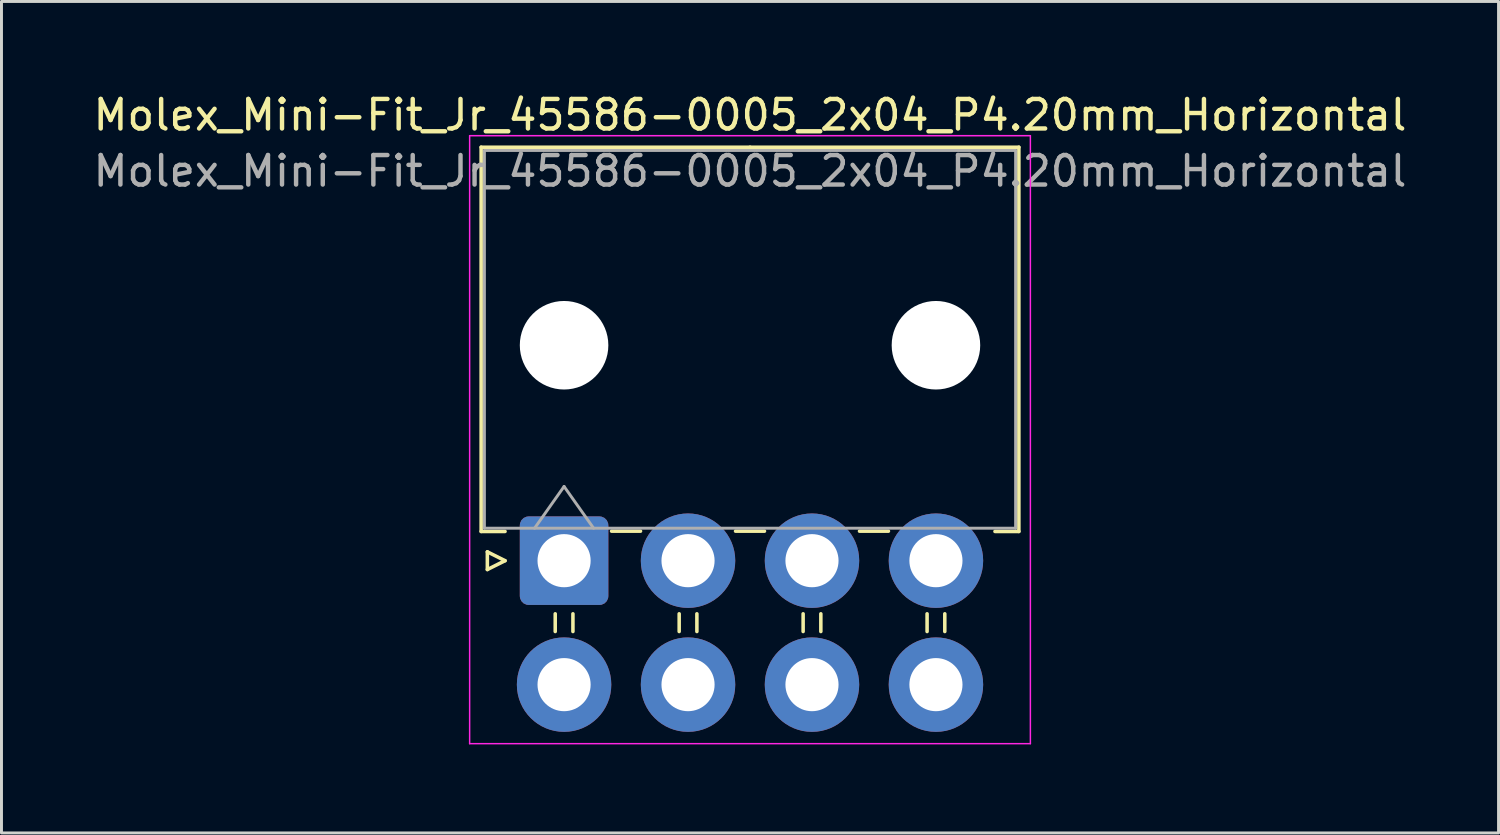
<source format=kicad_pcb>
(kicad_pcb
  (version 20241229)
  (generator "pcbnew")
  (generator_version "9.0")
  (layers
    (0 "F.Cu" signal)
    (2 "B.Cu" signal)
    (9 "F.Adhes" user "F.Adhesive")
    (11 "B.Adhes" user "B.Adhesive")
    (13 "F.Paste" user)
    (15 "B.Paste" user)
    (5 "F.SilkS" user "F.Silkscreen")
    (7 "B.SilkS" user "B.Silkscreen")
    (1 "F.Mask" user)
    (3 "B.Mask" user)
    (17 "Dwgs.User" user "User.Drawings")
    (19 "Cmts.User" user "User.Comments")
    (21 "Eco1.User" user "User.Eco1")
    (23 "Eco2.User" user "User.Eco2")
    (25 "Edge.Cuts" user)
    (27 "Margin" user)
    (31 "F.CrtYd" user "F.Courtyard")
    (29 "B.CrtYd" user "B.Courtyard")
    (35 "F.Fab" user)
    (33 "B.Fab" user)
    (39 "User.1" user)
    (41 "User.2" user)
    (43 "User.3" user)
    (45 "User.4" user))
  (footprint "Molex_Mini-Fit_Jr_45586-0005_2x04_P4.20mm_Horizontal"
    (layer "F.Cu")
    (at 16.063 15.948)
    (property "Reference" "Molex_Mini-Fit_Jr_45586-0005_2x04_P4.20mm_Horizontal" (at 6.3 -15.1 0) (layer "F.SilkS") (effects (font (size 1 1) (thickness 0.15))))
    (attr through_hole)
    (fp_line (start -2.81 -14.01) (end 6.3 -14.01) (stroke (width 0.12) (type solid)) (layer "F.SilkS"))
    (fp_line (start -2.81 -0.99) (end -2.81 -14.01) (stroke (width 0.12) (type solid)) (layer "F.SilkS"))
    (fp_line (start -2.6 -0.3) (end -2 0) (stroke (width 0.12) (type solid)) (layer "F.SilkS"))
    (fp_line (start -2.6 0.3) (end -2.6 -0.3) (stroke (width 0.12) (type solid)) (layer "F.SilkS"))
    (fp_line (start -2 -0.99) (end -2.81 -0.99) (stroke (width 0.12) (type solid)) (layer "F.SilkS"))
    (fp_line (start -2 0) (end -2.6 0.3) (stroke (width 0.12) (type solid)) (layer "F.SilkS"))
    (fp_line (start -0.3 1.8) (end -0.3 2.4) (stroke (width 0.12) (type solid)) (layer "F.SilkS"))
    (fp_line (start 0.3 1.8) (end 0.3 2.4) (stroke (width 0.12) (type solid)) (layer "F.SilkS"))
    (fp_line (start 1.61 -1) (end 2.59 -1) (stroke (width 0.12) (type solid)) (layer "F.SilkS"))
    (fp_line (start 3.9 1.8) (end 3.9 2.4) (stroke (width 0.12) (type solid)) (layer "F.SilkS"))
    (fp_line (start 4.5 1.8) (end 4.5 2.4) (stroke (width 0.12) (type solid)) (layer "F.SilkS"))
    (fp_line (start 5.81 -1) (end 6.79 -1) (stroke (width 0.12) (type solid)) (layer "F.SilkS"))
    (fp_line (start 8.1 1.8) (end 8.1 2.4) (stroke (width 0.12) (type solid)) (layer "F.SilkS"))
    (fp_line (start 8.7 1.8) (end 8.7 2.4) (stroke (width 0.12) (type solid)) (layer "F.SilkS"))
    (fp_line (start 10.01 -1) (end 10.99 -1) (stroke (width 0.12) (type solid)) (layer "F.SilkS"))
    (fp_line (start 12.3 1.8) (end 12.3 2.4) (stroke (width 0.12) (type solid)) (layer "F.SilkS"))
    (fp_line (start 12.9 1.8) (end 12.9 2.4) (stroke (width 0.12) (type solid)) (layer "F.SilkS"))
    (fp_line (start 14.6 -0.99) (end 15.41 -0.99) (stroke (width 0.12) (type solid)) (layer "F.SilkS"))
    (fp_line (start 15.41 -14.01) (end 6.3 -14.01) (stroke (width 0.12) (type solid)) (layer "F.SilkS"))
    (fp_line (start 15.41 -0.99) (end 15.41 -14.01) (stroke (width 0.12) (type solid)) (layer "F.SilkS"))
    (fp_line (start -3.2 -14.4) (end -3.2 6.2) (stroke (width 0.05) (type solid)) (layer "F.CrtYd"))
    (fp_line (start -3.2 6.2) (end 15.8 6.2) (stroke (width 0.05) (type solid)) (layer "F.CrtYd"))
    (fp_line (start 15.8 -14.4) (end -3.2 -14.4) (stroke (width 0.05) (type solid)) (layer "F.CrtYd"))
    (fp_line (start 15.8 6.2) (end 15.8 -14.4) (stroke (width 0.05) (type solid)) (layer "F.CrtYd"))
    (fp_line (start -2.7 -13.9) (end -2.7 -1.1) (stroke (width 0.1) (type solid)) (layer "F.Fab"))
    (fp_line (start -2.7 -1.1) (end 15.3 -1.1) (stroke (width 0.1) (type solid)) (layer "F.Fab"))
    (fp_line (start -1 -1.1) (end 0 -2.514) (stroke (width 0.1) (type solid)) (layer "F.Fab"))
    (fp_line (start 0 -2.514) (end 1 -1.1) (stroke (width 0.1) (type solid)) (layer "F.Fab"))
    (fp_line (start 15.3 -13.9) (end -2.7 -13.9) (stroke (width 0.1) (type solid)) (layer "F.Fab"))
    (fp_line (start 15.3 -1.1) (end 15.3 -13.9) (stroke (width 0.1) (type solid)) (layer "F.Fab"))
    (fp_text user "${REFERENCE}" (at 6.3 -13.2 0) (layer "F.Fab") (effects (font (size 1 1) (thickness 0.15))))
    (pad "" np_thru_hole circle (at 0 -7.3) (size 3 3) (drill 3) (layers "*.Cu" "*.Mask"))
    (pad "" np_thru_hole circle (at 12.6 -7.3) (size 3 3) (drill 3) (layers "*.Cu" "*.Mask"))
    (pad "1" thru_hole roundrect (at 0 0) (size 3 3) (drill 1.8) (layers "*.Cu" "*.Mask") (roundrect_rratio 0.1))
    (pad "2" thru_hole circle (at 4.2 0) (size 3.2 3.2) (drill 1.8) (layers "*.Cu" "*.Mask"))
    (pad "3" thru_hole circle (at 8.4 0) (size 3.2 3.2) (drill 1.8) (layers "*.Cu" "*.Mask"))
    (pad "4" thru_hole circle (at 12.6 0) (size 3.2 3.2) (drill 1.8) (layers "*.Cu" "*.Mask"))
    (pad "5" thru_hole circle (at 0 4.2) (size 3.2 3.2) (drill 1.8) (layers "*.Cu" "*.Mask"))
    (pad "6" thru_hole circle (at 4.2 4.2) (size 3.2 3.2) (drill 1.8) (layers "*.Cu" "*.Mask"))
    (pad "7" thru_hole circle (at 8.4 4.2) (size 3.2 3.2) (drill 1.8) (layers "*.Cu" "*.Mask"))
    (pad "8" thru_hole circle (at 12.6 4.2) (size 3.2 3.2) (drill 1.8) (layers "*.Cu" "*.Mask")))
  (gr_rect
    (start -3 -3)
    (end 47.726 25.173)
    (stroke (width 0.1) (type default))
    (fill no)
    (layer "Edge.Cuts")))
</source>
